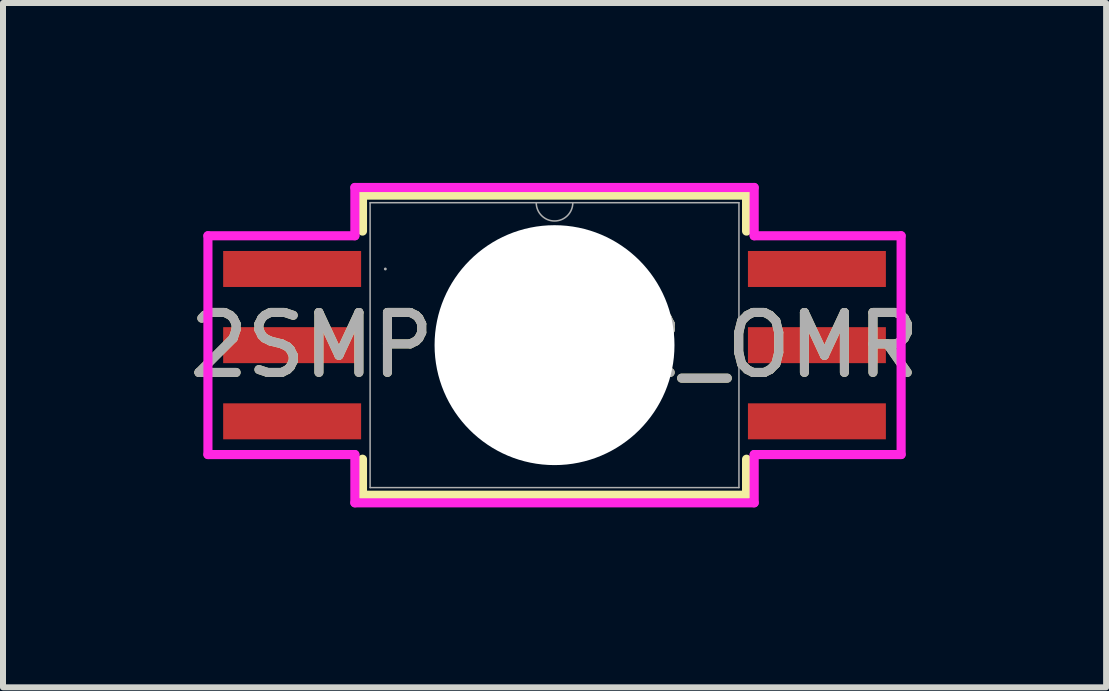
<source format=kicad_pcb>
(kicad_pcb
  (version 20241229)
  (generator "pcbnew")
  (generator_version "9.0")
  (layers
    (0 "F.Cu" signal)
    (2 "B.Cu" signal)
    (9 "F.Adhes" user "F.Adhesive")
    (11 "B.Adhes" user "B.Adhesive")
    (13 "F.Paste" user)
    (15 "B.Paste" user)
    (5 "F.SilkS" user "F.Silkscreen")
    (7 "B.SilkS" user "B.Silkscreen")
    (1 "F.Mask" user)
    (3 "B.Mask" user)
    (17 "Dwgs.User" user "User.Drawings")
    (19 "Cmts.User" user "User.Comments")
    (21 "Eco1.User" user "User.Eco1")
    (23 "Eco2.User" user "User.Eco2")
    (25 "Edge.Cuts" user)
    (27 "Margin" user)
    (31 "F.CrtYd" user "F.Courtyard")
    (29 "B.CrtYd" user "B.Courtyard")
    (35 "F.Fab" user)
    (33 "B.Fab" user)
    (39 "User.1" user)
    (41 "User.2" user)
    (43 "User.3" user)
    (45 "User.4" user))
  (footprint "2SMPP-02_OMR"
    (layer "F.Cu")
    (at 6.196 2.705)
    (property "Reference" "2SMPP-02_OMR" (at 0 0 0) (unlocked yes) (layer "F.SilkS") (effects (font (size 1 1) (thickness 0.15))))
    (attr smd)
    (fp_line (start -3.202 -2.502) (end -3.202 -1.902) (stroke (width 0.152) (type solid)) (layer "F.SilkS"))
    (fp_line (start -3.202 1.902) (end -3.202 2.502) (stroke (width 0.152) (type solid)) (layer "F.SilkS"))
    (fp_line (start -3.202 2.502) (end 3.202 2.502) (stroke (width 0.152) (type solid)) (layer "F.SilkS"))
    (fp_line (start 3.202 -2.502) (end -3.202 -2.502) (stroke (width 0.152) (type solid)) (layer "F.SilkS"))
    (fp_line (start 3.202 -1.902) (end 3.202 -2.502) (stroke (width 0.152) (type solid)) (layer "F.SilkS"))
    (fp_line (start 3.202 2.502) (end 3.202 1.902) (stroke (width 0.152) (type solid)) (layer "F.SilkS"))
    (fp_line (start -5.779 -1.824) (end -3.329 -1.824) (stroke (width 0.152) (type solid)) (layer "F.CrtYd"))
    (fp_line (start -5.779 1.824) (end -5.779 -1.824) (stroke (width 0.152) (type solid)) (layer "F.CrtYd"))
    (fp_line (start -5.779 1.824) (end -3.329 1.824) (stroke (width 0.152) (type solid)) (layer "F.CrtYd"))
    (fp_line (start -3.329 -2.629) (end 3.329 -2.629) (stroke (width 0.152) (type solid)) (layer "F.CrtYd"))
    (fp_line (start -3.329 -1.824) (end -3.329 -2.629) (stroke (width 0.152) (type solid)) (layer "F.CrtYd"))
    (fp_line (start -3.329 2.629) (end -3.329 1.824) (stroke (width 0.152) (type solid)) (layer "F.CrtYd"))
    (fp_line (start 3.329 -2.629) (end 3.329 -1.824) (stroke (width 0.152) (type solid)) (layer "F.CrtYd"))
    (fp_line (start 3.329 1.824) (end 3.329 2.629) (stroke (width 0.152) (type solid)) (layer "F.CrtYd"))
    (fp_line (start 3.329 2.629) (end -3.329 2.629) (stroke (width 0.152) (type solid)) (layer "F.CrtYd"))
    (fp_line (start 5.779 -1.824) (end 3.329 -1.824) (stroke (width 0.152) (type solid)) (layer "F.CrtYd"))
    (fp_line (start 5.779 -1.824) (end 5.779 1.824) (stroke (width 0.152) (type solid)) (layer "F.CrtYd"))
    (fp_line (start 5.779 1.824) (end 3.329 1.824) (stroke (width 0.152) (type solid)) (layer "F.CrtYd"))
    (fp_line (start -3.075 -2.375) (end -3.075 2.375) (stroke (width 0.025) (type solid)) (layer "F.Fab"))
    (fp_line (start -3.075 2.375) (end 3.075 2.375) (stroke (width 0.025) (type solid)) (layer "F.Fab"))
    (fp_line (start 3.075 -2.375) (end -3.075 -2.375) (stroke (width 0.025) (type solid)) (layer "F.Fab"))
    (fp_line (start 3.075 2.375) (end 3.075 -2.375) (stroke (width 0.025) (type solid)) (layer "F.Fab"))
    (fp_arc (start 0.3048 -2.375) (mid 0 -2.0702) (end -0.3048 -2.375) (stroke (width 0.0254) (type solid)) (layer "F.Fab"))
    (fp_circle (center -2.821 -1.27) (end -2.821 -1.27) (stroke (width 0.025) (type solid)) (fill no) (layer "F.Fab"))
    (fp_text user "${REFERENCE}" (at 0 0 0) (unlocked yes) (layer "F.Fab") (effects (font (size 1 1) (thickness 0.15))))
    (pad "" np_thru_hole circle (at 0 0) (size 4 4) (drill 4) (layers "*.Cu" "*.Mask"))
    (pad "1" smd rect (at -4.375 -1.27) (size 2.3 0.6) (layers "F.Cu" "F.Mask" "F.Paste"))
    (pad "2" smd rect (at -4.375 0) (size 2.3 0.6) (layers "F.Cu" "F.Mask" "F.Paste"))
    (pad "3" smd rect (at -4.375 1.27) (size 2.3 0.6) (layers "F.Cu" "F.Mask" "F.Paste"))
    (pad "4" smd rect (at 4.375 1.27) (size 2.3 0.6) (layers "F.Cu" "F.Mask" "F.Paste"))
    (pad "5" smd rect (at 4.375 0) (size 2.3 0.6) (layers "F.Cu" "F.Mask" "F.Paste"))
    (pad "6" smd rect (at 4.375 -1.27) (size 2.3 0.6) (layers "F.Cu" "F.Mask" "F.Paste")))
  (gr_rect
    (start -3 -3)
    (end 15.393 8.41)
    (stroke (width 0.1) (type default))
    (fill no)
    (layer "Edge.Cuts")))
</source>
